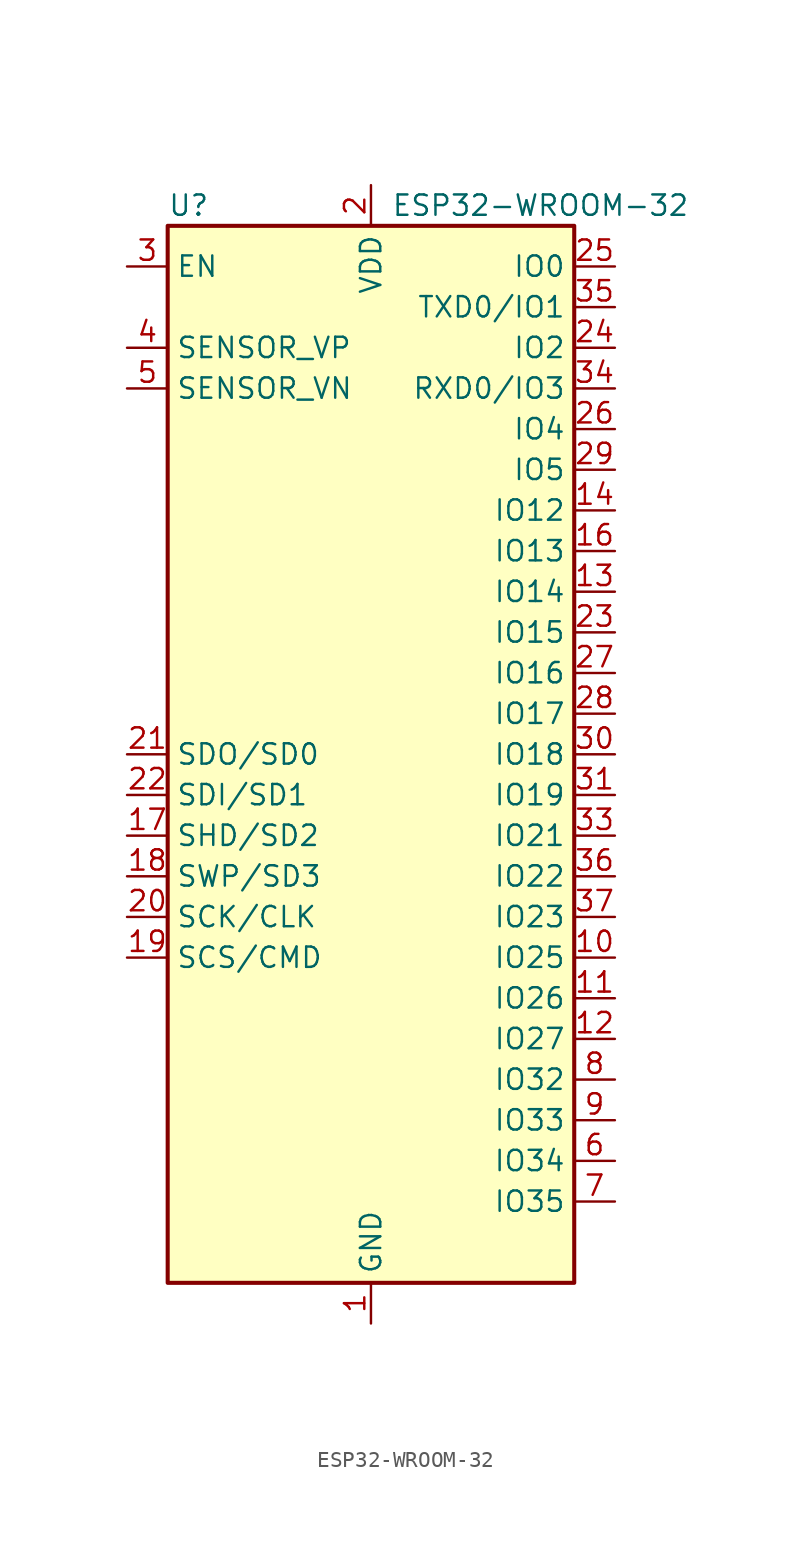
<source format=kicad_sym>
(kicad_symbol_lib
  (version 20231120)
  (generator "kicad_symbol_editor")
  (generator_version "8.0")
  (symbol "ESP32-WROOM-32"
    (property "Reference" "U"
      (at -12.7 34.29 0)
      (effects (font (size 1.27 1.27)) (justify left)))
    (property "Value" "ESP32-WROOM-32"
      (at 1.27 34.29 0)
      (effects (font (size 1.27 1.27)) (justify left)))
    (symbol "ESP32-WROOM-32_0_1"
      (rectangle (start -12.7 33.02) (end 12.7 -33.02) (stroke (width 0.254) (type default)) (fill (type background))))
    (symbol "ESP32-WROOM-32_1_1"
      (pin power_in line (at 0 -35.56 90) (length 2.54) (name "GND" (effects (font (size 1.27 1.27)))) (number "1" (effects (font (size 1.27 1.27)))))
      (pin bidirectional line (at 15.24 -12.7 180) (length 2.54) (name "IO25" (effects (font (size 1.27 1.27)))) (number "10" (effects (font (size 1.27 1.27)))))
      (pin bidirectional line (at 15.24 -15.24 180) (length 2.54) (name "IO26" (effects (font (size 1.27 1.27)))) (number "11" (effects (font (size 1.27 1.27)))))
      (pin bidirectional line (at 15.24 -17.78 180) (length 2.54) (name "IO27" (effects (font (size 1.27 1.27)))) (number "12" (effects (font (size 1.27 1.27)))))
      (pin bidirectional line (at 15.24 10.16 180) (length 2.54) (name "IO14" (effects (font (size 1.27 1.27)))) (number "13" (effects (font (size 1.27 1.27)))))
      (pin bidirectional line (at 15.24 15.24 180) (length 2.54) (name "IO12" (effects (font (size 1.27 1.27)))) (number "14" (effects (font (size 1.27 1.27)))))
      (pin bidirectional line (at 15.24 12.7 180) (length 2.54) (name "IO13" (effects (font (size 1.27 1.27)))) (number "16" (effects (font (size 1.27 1.27)))))
      (pin bidirectional line (at -15.24 -5.08 0) (length 2.54) (name "SHD/SD2" (effects (font (size 1.27 1.27)))) (number "17" (effects (font (size 1.27 1.27)))))
      (pin bidirectional line (at -15.24 -7.62 0) (length 2.54) (name "SWP/SD3" (effects (font (size 1.27 1.27)))) (number "18" (effects (font (size 1.27 1.27)))))
      (pin bidirectional line (at -15.24 -12.7 0) (length 2.54) (name "SCS/CMD" (effects (font (size 1.27 1.27)))) (number "19" (effects (font (size 1.27 1.27)))))
      (pin power_in line (at 0 35.56 270) (length 2.54) (name "VDD" (effects (font (size 1.27 1.27)))) (number "2" (effects (font (size 1.27 1.27)))))
      (pin bidirectional line (at -15.24 -10.16 0) (length 2.54) (name "SCK/CLK" (effects (font (size 1.27 1.27)))) (number "20" (effects (font (size 1.27 1.27)))))
      (pin bidirectional line (at -15.24 0 0) (length 2.54) (name "SDO/SD0" (effects (font (size 1.27 1.27)))) (number "21" (effects (font (size 1.27 1.27)))))
      (pin bidirectional line (at -15.24 -2.54 0) (length 2.54) (name "SDI/SD1" (effects (font (size 1.27 1.27)))) (number "22" (effects (font (size 1.27 1.27)))))
      (pin bidirectional line (at 15.24 7.62 180) (length 2.54) (name "IO15" (effects (font (size 1.27 1.27)))) (number "23" (effects (font (size 1.27 1.27)))))
      (pin bidirectional line (at 15.24 25.4 180) (length 2.54) (name "IO2" (effects (font (size 1.27 1.27)))) (number "24" (effects (font (size 1.27 1.27)))))
      (pin bidirectional line (at 15.24 30.48 180) (length 2.54) (name "IO0" (effects (font (size 1.27 1.27)))) (number "25" (effects (font (size 1.27 1.27)))))
      (pin bidirectional line (at 15.24 20.32 180) (length 2.54) (name "IO4" (effects (font (size 1.27 1.27)))) (number "26" (effects (font (size 1.27 1.27)))))
      (pin bidirectional line (at 15.24 5.08 180) (length 2.54) (name "IO16" (effects (font (size 1.27 1.27)))) (number "27" (effects (font (size 1.27 1.27)))))
      (pin bidirectional line (at 15.24 2.54 180) (length 2.54) (name "IO17" (effects (font (size 1.27 1.27)))) (number "28" (effects (font (size 1.27 1.27)))))
      (pin bidirectional line (at 15.24 17.78 180) (length 2.54) (name "IO5" (effects (font (size 1.27 1.27)))) (number "29" (effects (font (size 1.27 1.27)))))
      (pin input line (at -15.24 30.48 0) (length 2.54) (name "EN" (effects (font (size 1.27 1.27)))) (number "3" (effects (font (size 1.27 1.27)))))
      (pin bidirectional line (at 15.24 0 180) (length 2.54) (name "IO18" (effects (font (size 1.27 1.27)))) (number "30" (effects (font (size 1.27 1.27)))))
      (pin bidirectional line (at 15.24 -2.54 180) (length 2.54) (name "IO19" (effects (font (size 1.27 1.27)))) (number "31" (effects (font (size 1.27 1.27)))))
      (pin bidirectional line (at 15.24 -5.08 180) (length 2.54) (name "IO21" (effects (font (size 1.27 1.27)))) (number "33" (effects (font (size 1.27 1.27)))))
      (pin bidirectional line (at 15.24 22.86 180) (length 2.54) (name "RXD0/IO3" (effects (font (size 1.27 1.27)))) (number "34" (effects (font (size 1.27 1.27)))))
      (pin bidirectional line (at 15.24 27.94 180) (length 2.54) (name "TXD0/IO1" (effects (font (size 1.27 1.27)))) (number "35" (effects (font (size 1.27 1.27)))))
      (pin bidirectional line (at 15.24 -7.62 180) (length 2.54) (name "IO22" (effects (font (size 1.27 1.27)))) (number "36" (effects (font (size 1.27 1.27)))))
      (pin bidirectional line (at 15.24 -10.16 180) (length 2.54) (name "IO23" (effects (font (size 1.27 1.27)))) (number "37" (effects (font (size 1.27 1.27)))))
      (pin passive line (at 0 -35.56 90) (length 2.54) hide (name "GND" (effects (font (size 1.27 1.27)))) (number "38" (effects (font (size 1.27 1.27)))))
      (pin input line (at -15.24 25.4 0) (length 2.54) (name "SENSOR_VP" (effects (font (size 1.27 1.27)))) (number "4" (effects (font (size 1.27 1.27)))))
      (pin input line (at -15.24 22.86 0) (length 2.54) (name "SENSOR_VN" (effects (font (size 1.27 1.27)))) (number "5" (effects (font (size 1.27 1.27)))))
      (pin input line (at 15.24 -25.4 180) (length 2.54) (name "IO34" (effects (font (size 1.27 1.27)))) (number "6" (effects (font (size 1.27 1.27)))))
      (pin input line (at 15.24 -27.94 180) (length 2.54) (name "IO35" (effects (font (size 1.27 1.27)))) (number "7" (effects (font (size 1.27 1.27)))))
      (pin bidirectional line (at 15.24 -20.32 180) (length 2.54) (name "IO32" (effects (font (size 1.27 1.27)))) (number "8" (effects (font (size 1.27 1.27)))))
      (pin bidirectional line (at 15.24 -22.86 180) (length 2.54) (name "IO33" (effects (font (size 1.27 1.27)))) (number "9" (effects (font (size 1.27 1.27))))))))
</source>
